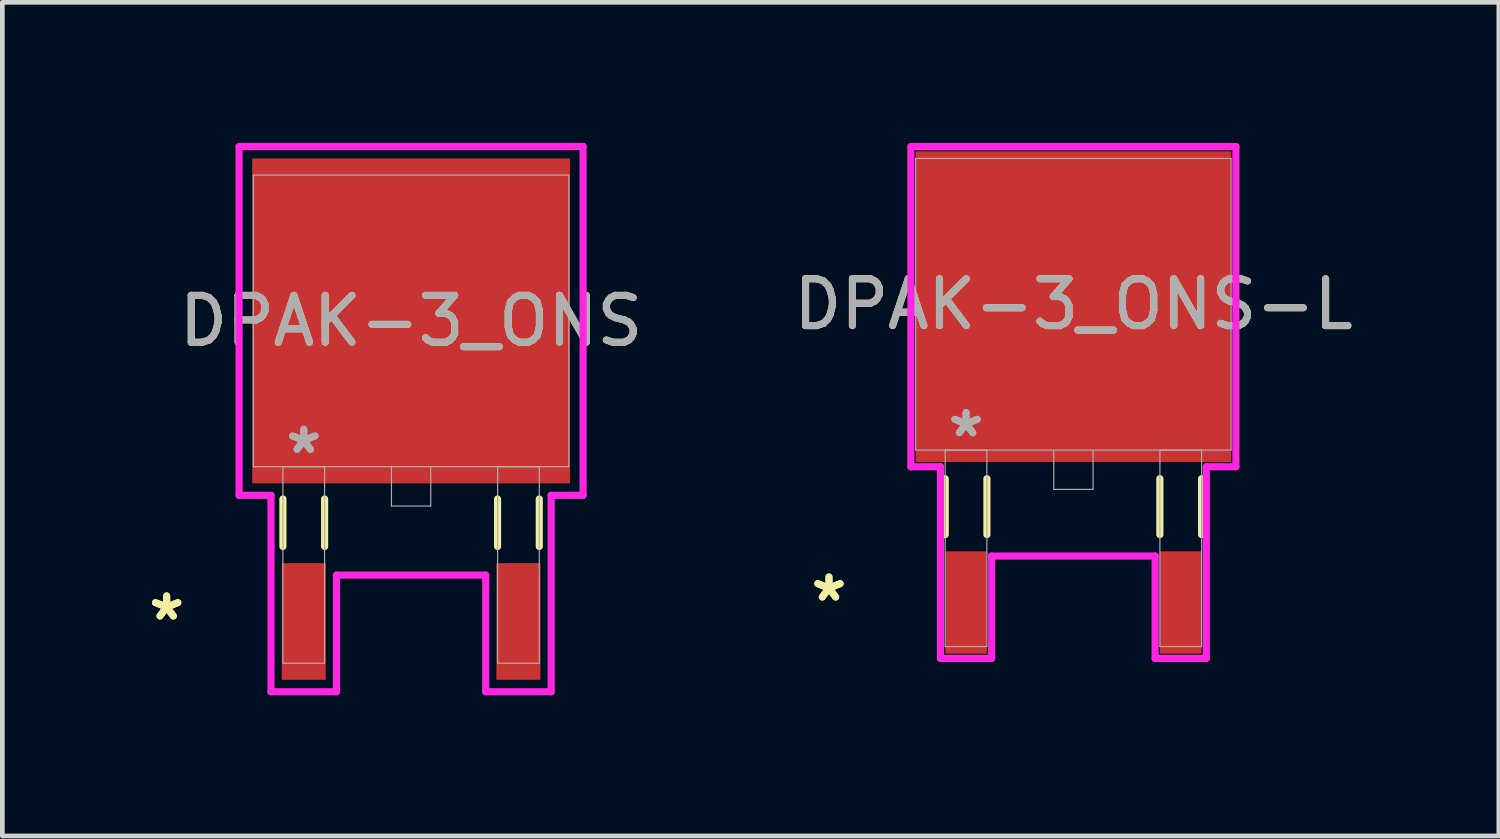
<source format=kicad_pcb>
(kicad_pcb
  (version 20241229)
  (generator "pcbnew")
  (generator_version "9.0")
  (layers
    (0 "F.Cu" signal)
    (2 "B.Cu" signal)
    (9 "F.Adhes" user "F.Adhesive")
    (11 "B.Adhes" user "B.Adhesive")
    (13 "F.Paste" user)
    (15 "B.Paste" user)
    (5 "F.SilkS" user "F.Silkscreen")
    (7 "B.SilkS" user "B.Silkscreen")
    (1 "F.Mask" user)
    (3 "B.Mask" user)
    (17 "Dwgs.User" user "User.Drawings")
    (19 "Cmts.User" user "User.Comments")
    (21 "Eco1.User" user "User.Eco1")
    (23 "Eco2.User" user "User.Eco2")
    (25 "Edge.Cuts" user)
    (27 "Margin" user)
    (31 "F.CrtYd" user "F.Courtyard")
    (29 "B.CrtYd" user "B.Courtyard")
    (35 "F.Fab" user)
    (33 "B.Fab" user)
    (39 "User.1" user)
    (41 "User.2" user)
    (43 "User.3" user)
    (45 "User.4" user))
  (footprint "DPAK-3_ONS"
    (layer "F.Cu")
    (at 5.721 3.797)
    (property "Reference" "DPAK-3_ONS" (at 0 0 0) (unlocked yes) (layer "F.SilkS") (effects (font (size 1 1) (thickness 0.15))))
    (attr smd)
    (fp_line (start -2.735 3.8) (end -2.735 4.813) (stroke (width 0.152) (type solid)) (layer "F.SilkS"))
    (fp_line (start -1.845 3.8) (end -1.845 4.813) (stroke (width 0.152) (type solid)) (layer "F.SilkS"))
    (fp_line (start 1.845 3.8) (end 1.845 4.813) (stroke (width 0.152) (type solid)) (layer "F.SilkS"))
    (fp_line (start 2.735 3.8) (end 2.735 4.813) (stroke (width 0.152) (type solid)) (layer "F.SilkS"))
    (fp_line (start -3.67 -3.721) (end 3.67 -3.721) (stroke (width 0.152) (type solid)) (layer "F.CrtYd"))
    (fp_line (start -3.67 3.721) (end -3.67 -3.721) (stroke (width 0.152) (type solid)) (layer "F.CrtYd"))
    (fp_line (start -2.989 3.721) (end -3.67 3.721) (stroke (width 0.152) (type solid)) (layer "F.CrtYd"))
    (fp_line (start -2.989 7.912) (end -2.989 3.721) (stroke (width 0.152) (type solid)) (layer "F.CrtYd"))
    (fp_line (start -1.592 5.423) (end -1.592 7.912) (stroke (width 0.152) (type solid)) (layer "F.CrtYd"))
    (fp_line (start -1.592 7.912) (end -2.989 7.912) (stroke (width 0.152) (type solid)) (layer "F.CrtYd"))
    (fp_line (start 1.592 5.423) (end -1.592 5.423) (stroke (width 0.152) (type solid)) (layer "F.CrtYd"))
    (fp_line (start 1.592 7.912) (end 1.592 5.423) (stroke (width 0.152) (type solid)) (layer "F.CrtYd"))
    (fp_line (start 2.989 3.721) (end 2.989 7.912) (stroke (width 0.152) (type solid)) (layer "F.CrtYd"))
    (fp_line (start 2.989 7.912) (end 1.592 7.912) (stroke (width 0.152) (type solid)) (layer "F.CrtYd"))
    (fp_line (start 3.67 -3.721) (end 3.67 3.721) (stroke (width 0.152) (type solid)) (layer "F.CrtYd"))
    (fp_line (start 3.67 3.721) (end 2.989 3.721) (stroke (width 0.152) (type solid)) (layer "F.CrtYd"))
    (fp_line (start -3.365 -3.111) (end -3.365 3.111) (stroke (width 0.025) (type solid)) (layer "F.Fab"))
    (fp_line (start -3.365 3.111) (end 3.365 3.111) (stroke (width 0.025) (type solid)) (layer "F.Fab"))
    (fp_line (start -2.735 3.111) (end -2.735 7.303) (stroke (width 0.025) (type solid)) (layer "F.Fab"))
    (fp_line (start -2.735 7.303) (end -1.846 7.303) (stroke (width 0.025) (type solid)) (layer "F.Fab"))
    (fp_line (start -1.846 3.111) (end -2.735 3.111) (stroke (width 0.025) (type solid)) (layer "F.Fab"))
    (fp_line (start -1.846 7.303) (end -1.846 3.111) (stroke (width 0.025) (type solid)) (layer "F.Fab"))
    (fp_line (start -0.419 3.111) (end -0.419 3.95) (stroke (width 0.025) (type solid)) (layer "F.Fab"))
    (fp_line (start -0.419 3.95) (end 0.419 3.95) (stroke (width 0.025) (type solid)) (layer "F.Fab"))
    (fp_line (start 0.419 3.95) (end 0.419 3.111) (stroke (width 0.025) (type solid)) (layer "F.Fab"))
    (fp_line (start 1.846 3.111) (end 1.846 7.303) (stroke (width 0.025) (type solid)) (layer "F.Fab"))
    (fp_line (start 1.846 7.303) (end 2.735 7.303) (stroke (width 0.025) (type solid)) (layer "F.Fab"))
    (fp_line (start 2.735 3.111) (end 1.846 3.111) (stroke (width 0.025) (type solid)) (layer "F.Fab"))
    (fp_line (start 2.735 7.303) (end 2.735 3.111) (stroke (width 0.025) (type solid)) (layer "F.Fab"))
    (fp_line (start 3.365 -3.111) (end -3.365 -3.111) (stroke (width 0.025) (type solid)) (layer "F.Fab"))
    (fp_line (start 3.365 3.111) (end 3.365 -3.111) (stroke (width 0.025) (type solid)) (layer "F.Fab"))
    (fp_text user "*" (at -5.215 6.413 0) (unlocked yes) (layer "F.SilkS") (effects (font (size 1 1) (thickness 0.15))))
    (fp_text user "*" (at -5.215 6.413 0) (layer "F.SilkS") (effects (font (size 1 1) (thickness 0.15))))
    (fp_text user "*" (at -2.29 2.857 0) (unlocked yes) (layer "F.Fab") (effects (font (size 1 1) (thickness 0.15))))
    (fp_text user "*" (at -2.29 2.857 0) (layer "F.Fab") (effects (font (size 1 1) (thickness 0.15))))
    (fp_text user "${REFERENCE}" (at 0 0 0) (unlocked yes) (layer "F.Fab") (effects (font (size 1 1) (thickness 0.15))))
    (pad "1" smd rect (at -2.29 6.413) (size 0.94 2.489) (layers "F.Cu" "F.Mask" "F.Paste"))
    (pad "2" smd rect (at 0 0) (size 6.782 6.934) (layers "F.Cu" "F.Mask" "F.Paste"))
    (pad "3" smd rect (at 2.29 6.413) (size 0.94 2.489) (layers "F.Cu" "F.Mask" "F.Paste")))
  (footprint "DPAK-3_ONS-L"
    (layer "F.Cu")
    (at 19.852 3.442)
    (property "Reference" "DPAK-3_ONS-L" (at 0 0 0) (unlocked yes) (layer "F.SilkS") (effects (font (size 1 1) (thickness 0.15))))
    (attr smd)
    (fp_line (start -2.735 3.721) (end -2.735 4.915) (stroke (width 0.152) (type solid)) (layer "F.SilkS"))
    (fp_line (start -1.845 3.721) (end -1.845 4.915) (stroke (width 0.152) (type solid)) (layer "F.SilkS"))
    (fp_line (start 1.845 3.721) (end 1.845 4.915) (stroke (width 0.152) (type solid)) (layer "F.SilkS"))
    (fp_line (start 2.735 3.721) (end 2.735 4.915) (stroke (width 0.152) (type solid)) (layer "F.SilkS"))
    (fp_line (start -3.467 -3.365) (end 3.467 -3.365) (stroke (width 0.152) (type solid)) (layer "F.CrtYd"))
    (fp_line (start -3.467 3.467) (end -3.467 -3.365) (stroke (width 0.152) (type solid)) (layer "F.CrtYd"))
    (fp_line (start -2.836 3.467) (end -3.467 3.467) (stroke (width 0.152) (type solid)) (layer "F.CrtYd"))
    (fp_line (start -2.836 7.556) (end -2.836 3.467) (stroke (width 0.152) (type solid)) (layer "F.CrtYd"))
    (fp_line (start -1.744 5.372) (end -1.744 7.556) (stroke (width 0.152) (type solid)) (layer "F.CrtYd"))
    (fp_line (start -1.744 7.556) (end -2.836 7.556) (stroke (width 0.152) (type solid)) (layer "F.CrtYd"))
    (fp_line (start 1.744 5.372) (end -1.744 5.372) (stroke (width 0.152) (type solid)) (layer "F.CrtYd"))
    (fp_line (start 1.744 7.556) (end 1.744 5.372) (stroke (width 0.152) (type solid)) (layer "F.CrtYd"))
    (fp_line (start 2.836 3.467) (end 2.836 7.556) (stroke (width 0.152) (type solid)) (layer "F.CrtYd"))
    (fp_line (start 2.836 7.556) (end 1.744 7.556) (stroke (width 0.152) (type solid)) (layer "F.CrtYd"))
    (fp_line (start 3.467 -3.365) (end 3.467 3.467) (stroke (width 0.152) (type solid)) (layer "F.CrtYd"))
    (fp_line (start 3.467 3.467) (end 2.836 3.467) (stroke (width 0.152) (type solid)) (layer "F.CrtYd"))
    (fp_line (start -3.365 -3.111) (end -3.365 3.111) (stroke (width 0.025) (type solid)) (layer "F.Fab"))
    (fp_line (start -3.365 3.111) (end 3.365 3.111) (stroke (width 0.025) (type solid)) (layer "F.Fab"))
    (fp_line (start -2.735 3.111) (end -2.735 7.303) (stroke (width 0.025) (type solid)) (layer "F.Fab"))
    (fp_line (start -2.735 7.303) (end -1.846 7.303) (stroke (width 0.025) (type solid)) (layer "F.Fab"))
    (fp_line (start -1.846 3.111) (end -2.735 3.111) (stroke (width 0.025) (type solid)) (layer "F.Fab"))
    (fp_line (start -1.846 7.303) (end -1.846 3.111) (stroke (width 0.025) (type solid)) (layer "F.Fab"))
    (fp_line (start -0.419 3.111) (end -0.419 3.95) (stroke (width 0.025) (type solid)) (layer "F.Fab"))
    (fp_line (start -0.419 3.95) (end 0.419 3.95) (stroke (width 0.025) (type solid)) (layer "F.Fab"))
    (fp_line (start 0.419 3.95) (end 0.419 3.111) (stroke (width 0.025) (type solid)) (layer "F.Fab"))
    (fp_line (start 1.846 3.111) (end 1.846 7.303) (stroke (width 0.025) (type solid)) (layer "F.Fab"))
    (fp_line (start 1.846 7.303) (end 2.735 7.303) (stroke (width 0.025) (type solid)) (layer "F.Fab"))
    (fp_line (start 2.735 3.111) (end 1.846 3.111) (stroke (width 0.025) (type solid)) (layer "F.Fab"))
    (fp_line (start 2.735 7.303) (end 2.735 3.111) (stroke (width 0.025) (type solid)) (layer "F.Fab"))
    (fp_line (start 3.365 -3.111) (end -3.365 -3.111) (stroke (width 0.025) (type solid)) (layer "F.Fab"))
    (fp_line (start 3.365 3.111) (end 3.365 -3.111) (stroke (width 0.025) (type solid)) (layer "F.Fab"))
    (fp_text user "*" (at -5.215 6.363 0) (layer "F.SilkS") (effects (font (size 1 1) (thickness 0.15))))
    (fp_text user "*" (at -5.215 6.363 0) (unlocked yes) (layer "F.SilkS") (effects (font (size 1 1) (thickness 0.15))))
    (fp_text user "${REFERENCE}" (at 0 0 0) (unlocked yes) (layer "F.Fab") (effects (font (size 1 1) (thickness 0.15))))
    (fp_text user "*" (at -2.29 2.857 0) (layer "F.Fab") (effects (font (size 1 1) (thickness 0.15))))
    (fp_text user "*" (at -2.29 2.857 0) (unlocked yes) (layer "F.Fab") (effects (font (size 1 1) (thickness 0.15))))
    (pad "1" smd rect (at -2.29 6.363) (size 0.889 2.184) (layers "F.Cu" "F.Mask" "F.Paste"))
    (pad "2" smd rect (at 0 0.051) (size 6.731 6.629) (layers "F.Cu" "F.Mask" "F.Paste"))
    (pad "3" smd rect (at 2.29 6.363) (size 0.889 2.184) (layers "F.Cu" "F.Mask" "F.Paste")))
  (gr_rect
    (start -3 -3)
    (end 28.929 14.786)
    (stroke (width 0.1) (type default))
    (fill no)
    (layer "Edge.Cuts")))
</source>
